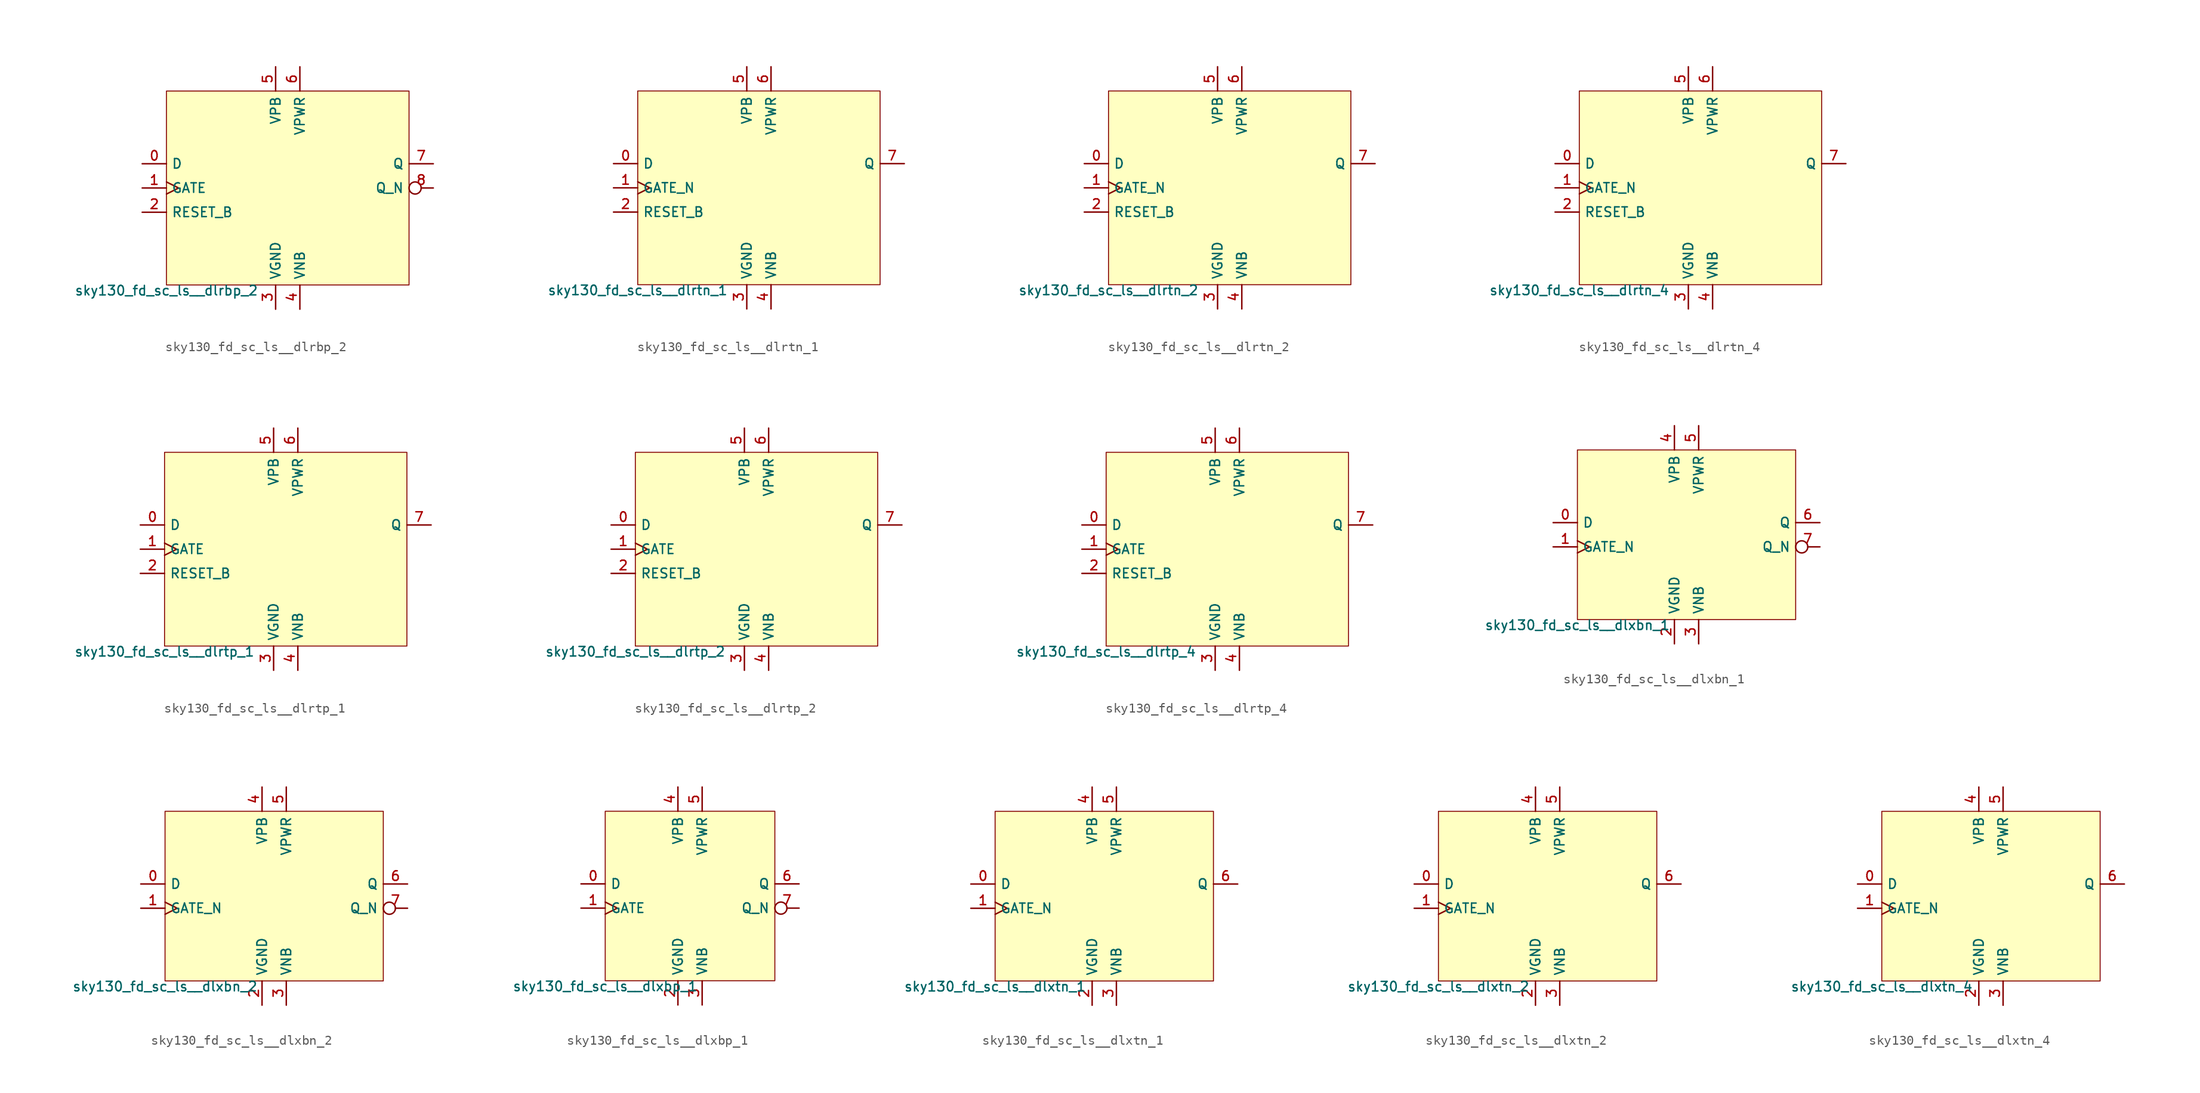
<source format=kicad_sym>
(kicad_symbol_lib
  (version 20211014)
  (generator lef2kicad_sym)
  (symbol "sky130_fd_sc_ls__dlrbp_2"
    (property "Reference" "X"
      (at 0 0 0)
      (effects (font (size 1 1)) hide))
    (property "Value" "sky130_fd_sc_ls__dlrbp_2"
      (at -12.7 -10.16 0)
      (effects (font (size 1 1)) (justify top)))
    (rectangle
      (start -12.7 -10.16)
      (end 12.7 10.16)
      (stroke (width 0.1) (type solid) (color 0 0 0 0))
      (fill (type background)))
    (pin input line
      (at -15.24 2.54 0)
      (length 2.54)
      (name "D" (effects (font (size 1 1)) hide))
      (number "0" (effects (font (size 1 1)) hide)))
    (pin input clock
      (at -15.24 0.0 0)
      (length 2.54)
      (name "GATE" (effects (font (size 1 1)) hide))
      (number "1" (effects (font (size 1 1)) hide)))
    (pin input line
      (at -15.24 -2.54 0)
      (length 2.54)
      (name "RESET_B" (effects (font (size 1 1)) hide))
      (number "2" (effects (font (size 1 1)) hide)))
    (pin power_in line
      (at -1.27 -12.7 90)
      (length 2.54)
      (name "VGND" (effects (font (size 1 1)) hide))
      (number "3" (effects (font (size 1 1)) hide)))
    (pin power_in line
      (at 1.27 -12.7 90)
      (length 2.54)
      (name "VNB" (effects (font (size 1 1)) hide))
      (number "4" (effects (font (size 1 1)) hide)))
    (pin power_in line
      (at -1.27 12.7 270)
      (length 2.54)
      (name "VPB" (effects (font (size 1 1)) hide))
      (number "5" (effects (font (size 1 1)) hide)))
    (pin power_in line
      (at 1.27 12.7 270)
      (length 2.54)
      (name "VPWR" (effects (font (size 1 1)) hide))
      (number "6" (effects (font (size 1 1)) hide)))
    (pin output line
      (at 15.24 2.54 180)
      (length 2.54)
      (name "Q" (effects (font (size 1 1)) hide))
      (number "7" (effects (font (size 1 1)) hide)))
    (pin output inverted
      (at 15.24 0.0 180)
      (length 2.54)
      (name "Q_N" (effects (font (size 1 1)) hide))
      (number "8" (effects (font (size 1 1)) hide))))
  (symbol "sky130_fd_sc_ls__dlrtn_1"
    (property "Reference" "X"
      (at 0 0 0)
      (effects (font (size 1 1)) hide))
    (property "Value" "sky130_fd_sc_ls__dlrtn_1"
      (at -12.7 -10.16 0)
      (effects (font (size 1 1)) (justify top)))
    (rectangle
      (start -12.7 -10.16)
      (end 12.7 10.16)
      (stroke (width 0.1) (type solid) (color 0 0 0 0))
      (fill (type background)))
    (pin input line
      (at -15.24 2.54 0)
      (length 2.54)
      (name "D" (effects (font (size 1 1)) hide))
      (number "0" (effects (font (size 1 1)) hide)))
    (pin input clock
      (at -15.24 0.0 0)
      (length 2.54)
      (name "GATE_N" (effects (font (size 1 1)) hide))
      (number "1" (effects (font (size 1 1)) hide)))
    (pin input line
      (at -15.24 -2.54 0)
      (length 2.54)
      (name "RESET_B" (effects (font (size 1 1)) hide))
      (number "2" (effects (font (size 1 1)) hide)))
    (pin power_in line
      (at -1.27 -12.7 90)
      (length 2.54)
      (name "VGND" (effects (font (size 1 1)) hide))
      (number "3" (effects (font (size 1 1)) hide)))
    (pin power_in line
      (at 1.27 -12.7 90)
      (length 2.54)
      (name "VNB" (effects (font (size 1 1)) hide))
      (number "4" (effects (font (size 1 1)) hide)))
    (pin power_in line
      (at -1.27 12.7 270)
      (length 2.54)
      (name "VPB" (effects (font (size 1 1)) hide))
      (number "5" (effects (font (size 1 1)) hide)))
    (pin power_in line
      (at 1.27 12.7 270)
      (length 2.54)
      (name "VPWR" (effects (font (size 1 1)) hide))
      (number "6" (effects (font (size 1 1)) hide)))
    (pin output line
      (at 15.24 2.54 180)
      (length 2.54)
      (name "Q" (effects (font (size 1 1)) hide))
      (number "7" (effects (font (size 1 1)) hide))))
  (symbol "sky130_fd_sc_ls__dlrtn_2"
    (property "Reference" "X"
      (at 0 0 0)
      (effects (font (size 1 1)) hide))
    (property "Value" "sky130_fd_sc_ls__dlrtn_2"
      (at -12.7 -10.16 0)
      (effects (font (size 1 1)) (justify top)))
    (rectangle
      (start -12.7 -10.16)
      (end 12.7 10.16)
      (stroke (width 0.1) (type solid) (color 0 0 0 0))
      (fill (type background)))
    (pin input line
      (at -15.24 2.54 0)
      (length 2.54)
      (name "D" (effects (font (size 1 1)) hide))
      (number "0" (effects (font (size 1 1)) hide)))
    (pin input clock
      (at -15.24 0.0 0)
      (length 2.54)
      (name "GATE_N" (effects (font (size 1 1)) hide))
      (number "1" (effects (font (size 1 1)) hide)))
    (pin input line
      (at -15.24 -2.54 0)
      (length 2.54)
      (name "RESET_B" (effects (font (size 1 1)) hide))
      (number "2" (effects (font (size 1 1)) hide)))
    (pin power_in line
      (at -1.27 -12.7 90)
      (length 2.54)
      (name "VGND" (effects (font (size 1 1)) hide))
      (number "3" (effects (font (size 1 1)) hide)))
    (pin power_in line
      (at 1.27 -12.7 90)
      (length 2.54)
      (name "VNB" (effects (font (size 1 1)) hide))
      (number "4" (effects (font (size 1 1)) hide)))
    (pin power_in line
      (at -1.27 12.7 270)
      (length 2.54)
      (name "VPB" (effects (font (size 1 1)) hide))
      (number "5" (effects (font (size 1 1)) hide)))
    (pin power_in line
      (at 1.27 12.7 270)
      (length 2.54)
      (name "VPWR" (effects (font (size 1 1)) hide))
      (number "6" (effects (font (size 1 1)) hide)))
    (pin output line
      (at 15.24 2.54 180)
      (length 2.54)
      (name "Q" (effects (font (size 1 1)) hide))
      (number "7" (effects (font (size 1 1)) hide))))
  (symbol "sky130_fd_sc_ls__dlrtn_4"
    (property "Reference" "X"
      (at 0 0 0)
      (effects (font (size 1 1)) hide))
    (property "Value" "sky130_fd_sc_ls__dlrtn_4"
      (at -12.7 -10.16 0)
      (effects (font (size 1 1)) (justify top)))
    (rectangle
      (start -12.7 -10.16)
      (end 12.7 10.16)
      (stroke (width 0.1) (type solid) (color 0 0 0 0))
      (fill (type background)))
    (pin input line
      (at -15.24 2.54 0)
      (length 2.54)
      (name "D" (effects (font (size 1 1)) hide))
      (number "0" (effects (font (size 1 1)) hide)))
    (pin input clock
      (at -15.24 0.0 0)
      (length 2.54)
      (name "GATE_N" (effects (font (size 1 1)) hide))
      (number "1" (effects (font (size 1 1)) hide)))
    (pin input line
      (at -15.24 -2.54 0)
      (length 2.54)
      (name "RESET_B" (effects (font (size 1 1)) hide))
      (number "2" (effects (font (size 1 1)) hide)))
    (pin power_in line
      (at -1.27 -12.7 90)
      (length 2.54)
      (name "VGND" (effects (font (size 1 1)) hide))
      (number "3" (effects (font (size 1 1)) hide)))
    (pin power_in line
      (at 1.27 -12.7 90)
      (length 2.54)
      (name "VNB" (effects (font (size 1 1)) hide))
      (number "4" (effects (font (size 1 1)) hide)))
    (pin power_in line
      (at -1.27 12.7 270)
      (length 2.54)
      (name "VPB" (effects (font (size 1 1)) hide))
      (number "5" (effects (font (size 1 1)) hide)))
    (pin power_in line
      (at 1.27 12.7 270)
      (length 2.54)
      (name "VPWR" (effects (font (size 1 1)) hide))
      (number "6" (effects (font (size 1 1)) hide)))
    (pin output line
      (at 15.24 2.54 180)
      (length 2.54)
      (name "Q" (effects (font (size 1 1)) hide))
      (number "7" (effects (font (size 1 1)) hide))))
  (symbol "sky130_fd_sc_ls__dlrtp_1"
    (property "Reference" "X"
      (at 0 0 0)
      (effects (font (size 1 1)) hide))
    (property "Value" "sky130_fd_sc_ls__dlrtp_1"
      (at -12.7 -10.16 0)
      (effects (font (size 1 1)) (justify top)))
    (rectangle
      (start -12.7 -10.16)
      (end 12.7 10.16)
      (stroke (width 0.1) (type solid) (color 0 0 0 0))
      (fill (type background)))
    (pin input line
      (at -15.24 2.54 0)
      (length 2.54)
      (name "D" (effects (font (size 1 1)) hide))
      (number "0" (effects (font (size 1 1)) hide)))
    (pin input clock
      (at -15.24 0.0 0)
      (length 2.54)
      (name "GATE" (effects (font (size 1 1)) hide))
      (number "1" (effects (font (size 1 1)) hide)))
    (pin input line
      (at -15.24 -2.54 0)
      (length 2.54)
      (name "RESET_B" (effects (font (size 1 1)) hide))
      (number "2" (effects (font (size 1 1)) hide)))
    (pin power_in line
      (at -1.27 -12.7 90)
      (length 2.54)
      (name "VGND" (effects (font (size 1 1)) hide))
      (number "3" (effects (font (size 1 1)) hide)))
    (pin power_in line
      (at 1.27 -12.7 90)
      (length 2.54)
      (name "VNB" (effects (font (size 1 1)) hide))
      (number "4" (effects (font (size 1 1)) hide)))
    (pin power_in line
      (at -1.27 12.7 270)
      (length 2.54)
      (name "VPB" (effects (font (size 1 1)) hide))
      (number "5" (effects (font (size 1 1)) hide)))
    (pin power_in line
      (at 1.27 12.7 270)
      (length 2.54)
      (name "VPWR" (effects (font (size 1 1)) hide))
      (number "6" (effects (font (size 1 1)) hide)))
    (pin output line
      (at 15.24 2.54 180)
      (length 2.54)
      (name "Q" (effects (font (size 1 1)) hide))
      (number "7" (effects (font (size 1 1)) hide))))
  (symbol "sky130_fd_sc_ls__dlrtp_2"
    (property "Reference" "X"
      (at 0 0 0)
      (effects (font (size 1 1)) hide))
    (property "Value" "sky130_fd_sc_ls__dlrtp_2"
      (at -12.7 -10.16 0)
      (effects (font (size 1 1)) (justify top)))
    (rectangle
      (start -12.7 -10.16)
      (end 12.7 10.16)
      (stroke (width 0.1) (type solid) (color 0 0 0 0))
      (fill (type background)))
    (pin input line
      (at -15.24 2.54 0)
      (length 2.54)
      (name "D" (effects (font (size 1 1)) hide))
      (number "0" (effects (font (size 1 1)) hide)))
    (pin input clock
      (at -15.24 0.0 0)
      (length 2.54)
      (name "GATE" (effects (font (size 1 1)) hide))
      (number "1" (effects (font (size 1 1)) hide)))
    (pin input line
      (at -15.24 -2.54 0)
      (length 2.54)
      (name "RESET_B" (effects (font (size 1 1)) hide))
      (number "2" (effects (font (size 1 1)) hide)))
    (pin power_in line
      (at -1.27 -12.7 90)
      (length 2.54)
      (name "VGND" (effects (font (size 1 1)) hide))
      (number "3" (effects (font (size 1 1)) hide)))
    (pin power_in line
      (at 1.27 -12.7 90)
      (length 2.54)
      (name "VNB" (effects (font (size 1 1)) hide))
      (number "4" (effects (font (size 1 1)) hide)))
    (pin power_in line
      (at -1.27 12.7 270)
      (length 2.54)
      (name "VPB" (effects (font (size 1 1)) hide))
      (number "5" (effects (font (size 1 1)) hide)))
    (pin power_in line
      (at 1.27 12.7 270)
      (length 2.54)
      (name "VPWR" (effects (font (size 1 1)) hide))
      (number "6" (effects (font (size 1 1)) hide)))
    (pin output line
      (at 15.24 2.54 180)
      (length 2.54)
      (name "Q" (effects (font (size 1 1)) hide))
      (number "7" (effects (font (size 1 1)) hide))))
  (symbol "sky130_fd_sc_ls__dlrtp_4"
    (property "Reference" "X"
      (at 0 0 0)
      (effects (font (size 1 1)) hide))
    (property "Value" "sky130_fd_sc_ls__dlrtp_4"
      (at -12.7 -10.16 0)
      (effects (font (size 1 1)) (justify top)))
    (rectangle
      (start -12.7 -10.16)
      (end 12.7 10.16)
      (stroke (width 0.1) (type solid) (color 0 0 0 0))
      (fill (type background)))
    (pin input line
      (at -15.24 2.54 0)
      (length 2.54)
      (name "D" (effects (font (size 1 1)) hide))
      (number "0" (effects (font (size 1 1)) hide)))
    (pin input clock
      (at -15.24 0.0 0)
      (length 2.54)
      (name "GATE" (effects (font (size 1 1)) hide))
      (number "1" (effects (font (size 1 1)) hide)))
    (pin input line
      (at -15.24 -2.54 0)
      (length 2.54)
      (name "RESET_B" (effects (font (size 1 1)) hide))
      (number "2" (effects (font (size 1 1)) hide)))
    (pin power_in line
      (at -1.27 -12.7 90)
      (length 2.54)
      (name "VGND" (effects (font (size 1 1)) hide))
      (number "3" (effects (font (size 1 1)) hide)))
    (pin power_in line
      (at 1.27 -12.7 90)
      (length 2.54)
      (name "VNB" (effects (font (size 1 1)) hide))
      (number "4" (effects (font (size 1 1)) hide)))
    (pin power_in line
      (at -1.27 12.7 270)
      (length 2.54)
      (name "VPB" (effects (font (size 1 1)) hide))
      (number "5" (effects (font (size 1 1)) hide)))
    (pin power_in line
      (at 1.27 12.7 270)
      (length 2.54)
      (name "VPWR" (effects (font (size 1 1)) hide))
      (number "6" (effects (font (size 1 1)) hide)))
    (pin output line
      (at 15.24 2.54 180)
      (length 2.54)
      (name "Q" (effects (font (size 1 1)) hide))
      (number "7" (effects (font (size 1 1)) hide))))
  (symbol "sky130_fd_sc_ls__dlxbn_1"
    (property "Reference" "X"
      (at 0 0 0)
      (effects (font (size 1 1)) hide))
    (property "Value" "sky130_fd_sc_ls__dlxbn_1"
      (at -11.43 -8.89 0)
      (effects (font (size 1 1)) (justify top)))
    (rectangle
      (start -11.43 -8.89)
      (end 11.43 8.89)
      (stroke (width 0.1) (type solid) (color 0 0 0 0))
      (fill (type background)))
    (pin input line
      (at -13.97 1.27 0)
      (length 2.54)
      (name "D" (effects (font (size 1 1)) hide))
      (number "0" (effects (font (size 1 1)) hide)))
    (pin input clock
      (at -13.97 -1.27 0)
      (length 2.54)
      (name "GATE_N" (effects (font (size 1 1)) hide))
      (number "1" (effects (font (size 1 1)) hide)))
    (pin power_in line
      (at -1.27 -11.43 90)
      (length 2.54)
      (name "VGND" (effects (font (size 1 1)) hide))
      (number "2" (effects (font (size 1 1)) hide)))
    (pin power_in line
      (at 1.27 -11.43 90)
      (length 2.54)
      (name "VNB" (effects (font (size 1 1)) hide))
      (number "3" (effects (font (size 1 1)) hide)))
    (pin power_in line
      (at -1.27 11.43 270)
      (length 2.54)
      (name "VPB" (effects (font (size 1 1)) hide))
      (number "4" (effects (font (size 1 1)) hide)))
    (pin power_in line
      (at 1.27 11.43 270)
      (length 2.54)
      (name "VPWR" (effects (font (size 1 1)) hide))
      (number "5" (effects (font (size 1 1)) hide)))
    (pin output line
      (at 13.97 1.27 180)
      (length 2.54)
      (name "Q" (effects (font (size 1 1)) hide))
      (number "6" (effects (font (size 1 1)) hide)))
    (pin output inverted
      (at 13.97 -1.27 180)
      (length 2.54)
      (name "Q_N" (effects (font (size 1 1)) hide))
      (number "7" (effects (font (size 1 1)) hide))))
  (symbol "sky130_fd_sc_ls__dlxbn_2"
    (property "Reference" "X"
      (at 0 0 0)
      (effects (font (size 1 1)) hide))
    (property "Value" "sky130_fd_sc_ls__dlxbn_2"
      (at -11.43 -8.89 0)
      (effects (font (size 1 1)) (justify top)))
    (rectangle
      (start -11.43 -8.89)
      (end 11.43 8.89)
      (stroke (width 0.1) (type solid) (color 0 0 0 0))
      (fill (type background)))
    (pin input line
      (at -13.97 1.27 0)
      (length 2.54)
      (name "D" (effects (font (size 1 1)) hide))
      (number "0" (effects (font (size 1 1)) hide)))
    (pin input clock
      (at -13.97 -1.27 0)
      (length 2.54)
      (name "GATE_N" (effects (font (size 1 1)) hide))
      (number "1" (effects (font (size 1 1)) hide)))
    (pin power_in line
      (at -1.27 -11.43 90)
      (length 2.54)
      (name "VGND" (effects (font (size 1 1)) hide))
      (number "2" (effects (font (size 1 1)) hide)))
    (pin power_in line
      (at 1.27 -11.43 90)
      (length 2.54)
      (name "VNB" (effects (font (size 1 1)) hide))
      (number "3" (effects (font (size 1 1)) hide)))
    (pin power_in line
      (at -1.27 11.43 270)
      (length 2.54)
      (name "VPB" (effects (font (size 1 1)) hide))
      (number "4" (effects (font (size 1 1)) hide)))
    (pin power_in line
      (at 1.27 11.43 270)
      (length 2.54)
      (name "VPWR" (effects (font (size 1 1)) hide))
      (number "5" (effects (font (size 1 1)) hide)))
    (pin output line
      (at 13.97 1.27 180)
      (length 2.54)
      (name "Q" (effects (font (size 1 1)) hide))
      (number "6" (effects (font (size 1 1)) hide)))
    (pin output inverted
      (at 13.97 -1.27 180)
      (length 2.54)
      (name "Q_N" (effects (font (size 1 1)) hide))
      (number "7" (effects (font (size 1 1)) hide))))
  (symbol "sky130_fd_sc_ls__dlxbp_1"
    (property "Reference" "X"
      (at 0 0 0)
      (effects (font (size 1 1)) hide))
    (property "Value" "sky130_fd_sc_ls__dlxbp_1"
      (at -8.89 -8.89 0)
      (effects (font (size 1 1)) (justify top)))
    (rectangle
      (start -8.89 -8.89)
      (end 8.89 8.89)
      (stroke (width 0.1) (type solid) (color 0 0 0 0))
      (fill (type background)))
    (pin input line
      (at -11.43 1.27 0)
      (length 2.54)
      (name "D" (effects (font (size 1 1)) hide))
      (number "0" (effects (font (size 1 1)) hide)))
    (pin input clock
      (at -11.43 -1.27 0)
      (length 2.54)
      (name "GATE" (effects (font (size 1 1)) hide))
      (number "1" (effects (font (size 1 1)) hide)))
    (pin power_in line
      (at -1.27 -11.43 90)
      (length 2.54)
      (name "VGND" (effects (font (size 1 1)) hide))
      (number "2" (effects (font (size 1 1)) hide)))
    (pin power_in line
      (at 1.27 -11.43 90)
      (length 2.54)
      (name "VNB" (effects (font (size 1 1)) hide))
      (number "3" (effects (font (size 1 1)) hide)))
    (pin power_in line
      (at -1.27 11.43 270)
      (length 2.54)
      (name "VPB" (effects (font (size 1 1)) hide))
      (number "4" (effects (font (size 1 1)) hide)))
    (pin power_in line
      (at 1.27 11.43 270)
      (length 2.54)
      (name "VPWR" (effects (font (size 1 1)) hide))
      (number "5" (effects (font (size 1 1)) hide)))
    (pin output line
      (at 11.43 1.27 180)
      (length 2.54)
      (name "Q" (effects (font (size 1 1)) hide))
      (number "6" (effects (font (size 1 1)) hide)))
    (pin output inverted
      (at 11.43 -1.27 180)
      (length 2.54)
      (name "Q_N" (effects (font (size 1 1)) hide))
      (number "7" (effects (font (size 1 1)) hide))))
  (symbol "sky130_fd_sc_ls__dlxtn_1"
    (property "Reference" "X"
      (at 0 0 0)
      (effects (font (size 1 1)) hide))
    (property "Value" "sky130_fd_sc_ls__dlxtn_1"
      (at -11.43 -8.89 0)
      (effects (font (size 1 1)) (justify top)))
    (rectangle
      (start -11.43 -8.89)
      (end 11.43 8.89)
      (stroke (width 0.1) (type solid) (color 0 0 0 0))
      (fill (type background)))
    (pin input line
      (at -13.97 1.27 0)
      (length 2.54)
      (name "D" (effects (font (size 1 1)) hide))
      (number "0" (effects (font (size 1 1)) hide)))
    (pin input clock
      (at -13.97 -1.27 0)
      (length 2.54)
      (name "GATE_N" (effects (font (size 1 1)) hide))
      (number "1" (effects (font (size 1 1)) hide)))
    (pin power_in line
      (at -1.27 -11.43 90)
      (length 2.54)
      (name "VGND" (effects (font (size 1 1)) hide))
      (number "2" (effects (font (size 1 1)) hide)))
    (pin power_in line
      (at 1.27 -11.43 90)
      (length 2.54)
      (name "VNB" (effects (font (size 1 1)) hide))
      (number "3" (effects (font (size 1 1)) hide)))
    (pin power_in line
      (at -1.27 11.43 270)
      (length 2.54)
      (name "VPB" (effects (font (size 1 1)) hide))
      (number "4" (effects (font (size 1 1)) hide)))
    (pin power_in line
      (at 1.27 11.43 270)
      (length 2.54)
      (name "VPWR" (effects (font (size 1 1)) hide))
      (number "5" (effects (font (size 1 1)) hide)))
    (pin output line
      (at 13.97 1.27 180)
      (length 2.54)
      (name "Q" (effects (font (size 1 1)) hide))
      (number "6" (effects (font (size 1 1)) hide))))
  (symbol "sky130_fd_sc_ls__dlxtn_2"
    (property "Reference" "X"
      (at 0 0 0)
      (effects (font (size 1 1)) hide))
    (property "Value" "sky130_fd_sc_ls__dlxtn_2"
      (at -11.43 -8.89 0)
      (effects (font (size 1 1)) (justify top)))
    (rectangle
      (start -11.43 -8.89)
      (end 11.43 8.89)
      (stroke (width 0.1) (type solid) (color 0 0 0 0))
      (fill (type background)))
    (pin input line
      (at -13.97 1.27 0)
      (length 2.54)
      (name "D" (effects (font (size 1 1)) hide))
      (number "0" (effects (font (size 1 1)) hide)))
    (pin input clock
      (at -13.97 -1.27 0)
      (length 2.54)
      (name "GATE_N" (effects (font (size 1 1)) hide))
      (number "1" (effects (font (size 1 1)) hide)))
    (pin power_in line
      (at -1.27 -11.43 90)
      (length 2.54)
      (name "VGND" (effects (font (size 1 1)) hide))
      (number "2" (effects (font (size 1 1)) hide)))
    (pin power_in line
      (at 1.27 -11.43 90)
      (length 2.54)
      (name "VNB" (effects (font (size 1 1)) hide))
      (number "3" (effects (font (size 1 1)) hide)))
    (pin power_in line
      (at -1.27 11.43 270)
      (length 2.54)
      (name "VPB" (effects (font (size 1 1)) hide))
      (number "4" (effects (font (size 1 1)) hide)))
    (pin power_in line
      (at 1.27 11.43 270)
      (length 2.54)
      (name "VPWR" (effects (font (size 1 1)) hide))
      (number "5" (effects (font (size 1 1)) hide)))
    (pin output line
      (at 13.97 1.27 180)
      (length 2.54)
      (name "Q" (effects (font (size 1 1)) hide))
      (number "6" (effects (font (size 1 1)) hide))))
  (symbol "sky130_fd_sc_ls__dlxtn_4"
    (property "Reference" "X"
      (at 0 0 0)
      (effects (font (size 1 1)) hide))
    (property "Value" "sky130_fd_sc_ls__dlxtn_4"
      (at -11.43 -8.89 0)
      (effects (font (size 1 1)) (justify top)))
    (rectangle
      (start -11.43 -8.89)
      (end 11.43 8.89)
      (stroke (width 0.1) (type solid) (color 0 0 0 0))
      (fill (type background)))
    (pin input line
      (at -13.97 1.27 0)
      (length 2.54)
      (name "D" (effects (font (size 1 1)) hide))
      (number "0" (effects (font (size 1 1)) hide)))
    (pin input clock
      (at -13.97 -1.27 0)
      (length 2.54)
      (name "GATE_N" (effects (font (size 1 1)) hide))
      (number "1" (effects (font (size 1 1)) hide)))
    (pin power_in line
      (at -1.27 -11.43 90)
      (length 2.54)
      (name "VGND" (effects (font (size 1 1)) hide))
      (number "2" (effects (font (size 1 1)) hide)))
    (pin power_in line
      (at 1.27 -11.43 90)
      (length 2.54)
      (name "VNB" (effects (font (size 1 1)) hide))
      (number "3" (effects (font (size 1 1)) hide)))
    (pin power_in line
      (at -1.27 11.43 270)
      (length 2.54)
      (name "VPB" (effects (font (size 1 1)) hide))
      (number "4" (effects (font (size 1 1)) hide)))
    (pin power_in line
      (at 1.27 11.43 270)
      (length 2.54)
      (name "VPWR" (effects (font (size 1 1)) hide))
      (number "5" (effects (font (size 1 1)) hide)))
    (pin output line
      (at 13.97 1.27 180)
      (length 2.54)
      (name "Q" (effects (font (size 1 1)) hide))
      (number "6" (effects (font (size 1 1)) hide)))))
</source>
